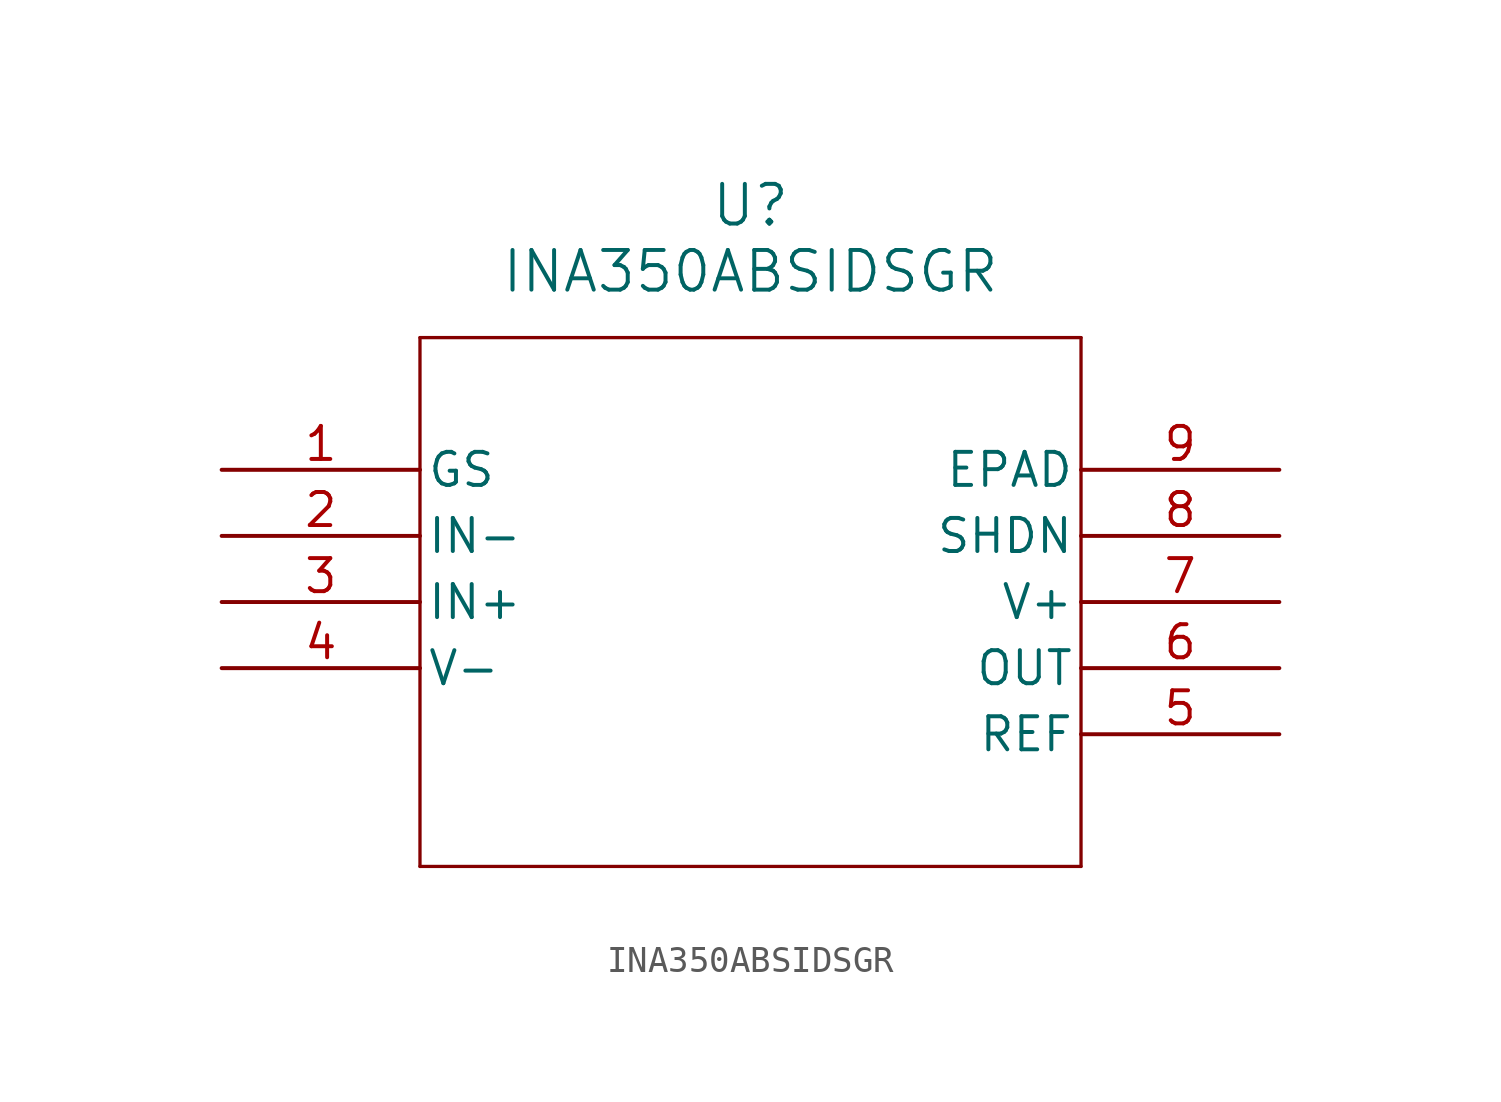
<source format=kicad_sym>
(kicad_symbol_lib
  (version 20211014)
  (generator kicad_symbol_editor)
  (symbol "INA350ABSIDSGR"
    (pin_names
      (offset 0.254))
    (property "Reference" "U"
      (at 20.32 10.16 0)
      (effects (font (size 1.524 1.524))))
    (property "Value" "INA350ABSIDSGR"
      (at 20.32 7.62 0)
      (effects (font (size 1.524 1.524))))
    (symbol "INA350ABSIDSGR_0_1"
      (polyline (pts (xy 7.62 5.08) (xy 7.62 -15.24)) (stroke (width 0.127) (type default) (color 0 0 0 0)) (fill (type none)))
      (polyline (pts (xy 7.62 -15.24) (xy 33.02 -15.24)) (stroke (width 0.127) (type default) (color 0 0 0 0)) (fill (type none)))
      (polyline (pts (xy 33.02 -15.24) (xy 33.02 5.08)) (stroke (width 0.127) (type default) (color 0 0 0 0)) (fill (type none)))
      (polyline (pts (xy 33.02 5.08) (xy 7.62 5.08)) (stroke (width 0.127) (type default) (color 0 0 0 0)) (fill (type none)))
      (pin input line (at 0 0 0) (length 7.62) (name "GS" (effects (font (size 1.27 1.27)))) (number "1" (effects (font (size 1.27 1.27)))))
      (pin input line (at 0 -2.54 0) (length 7.62) (name "IN-" (effects (font (size 1.27 1.27)))) (number "2" (effects (font (size 1.27 1.27)))))
      (pin input line (at 0 -5.08 0) (length 7.62) (name "IN+" (effects (font (size 1.27 1.27)))) (number "3" (effects (font (size 1.27 1.27)))))
      (pin power_in line (at 0 -7.62 0) (length 7.62) (name "V-" (effects (font (size 1.27 1.27)))) (number "4" (effects (font (size 1.27 1.27)))))
      (pin input line (at 40.64 -10.16 180) (length 7.62) (name "REF" (effects (font (size 1.27 1.27)))) (number "5" (effects (font (size 1.27 1.27)))))
      (pin output line (at 40.64 -7.62 180) (length 7.62) (name "OUT" (effects (font (size 1.27 1.27)))) (number "6" (effects (font (size 1.27 1.27)))))
      (pin power_in line (at 40.64 -5.08 180) (length 7.62) (name "V+" (effects (font (size 1.27 1.27)))) (number "7" (effects (font (size 1.27 1.27)))))
      (pin input line (at 40.64 -2.54 180) (length 7.62) (name "SHDN" (effects (font (size 1.27 1.27)))) (number "8" (effects (font (size 1.27 1.27)))))
      (pin power_in line (at 40.64 0 180) (length 7.62) (name "EPAD" (effects (font (size 1.27 1.27)))) (number "9" (effects (font (size 1.27 1.27))))))))
</source>
